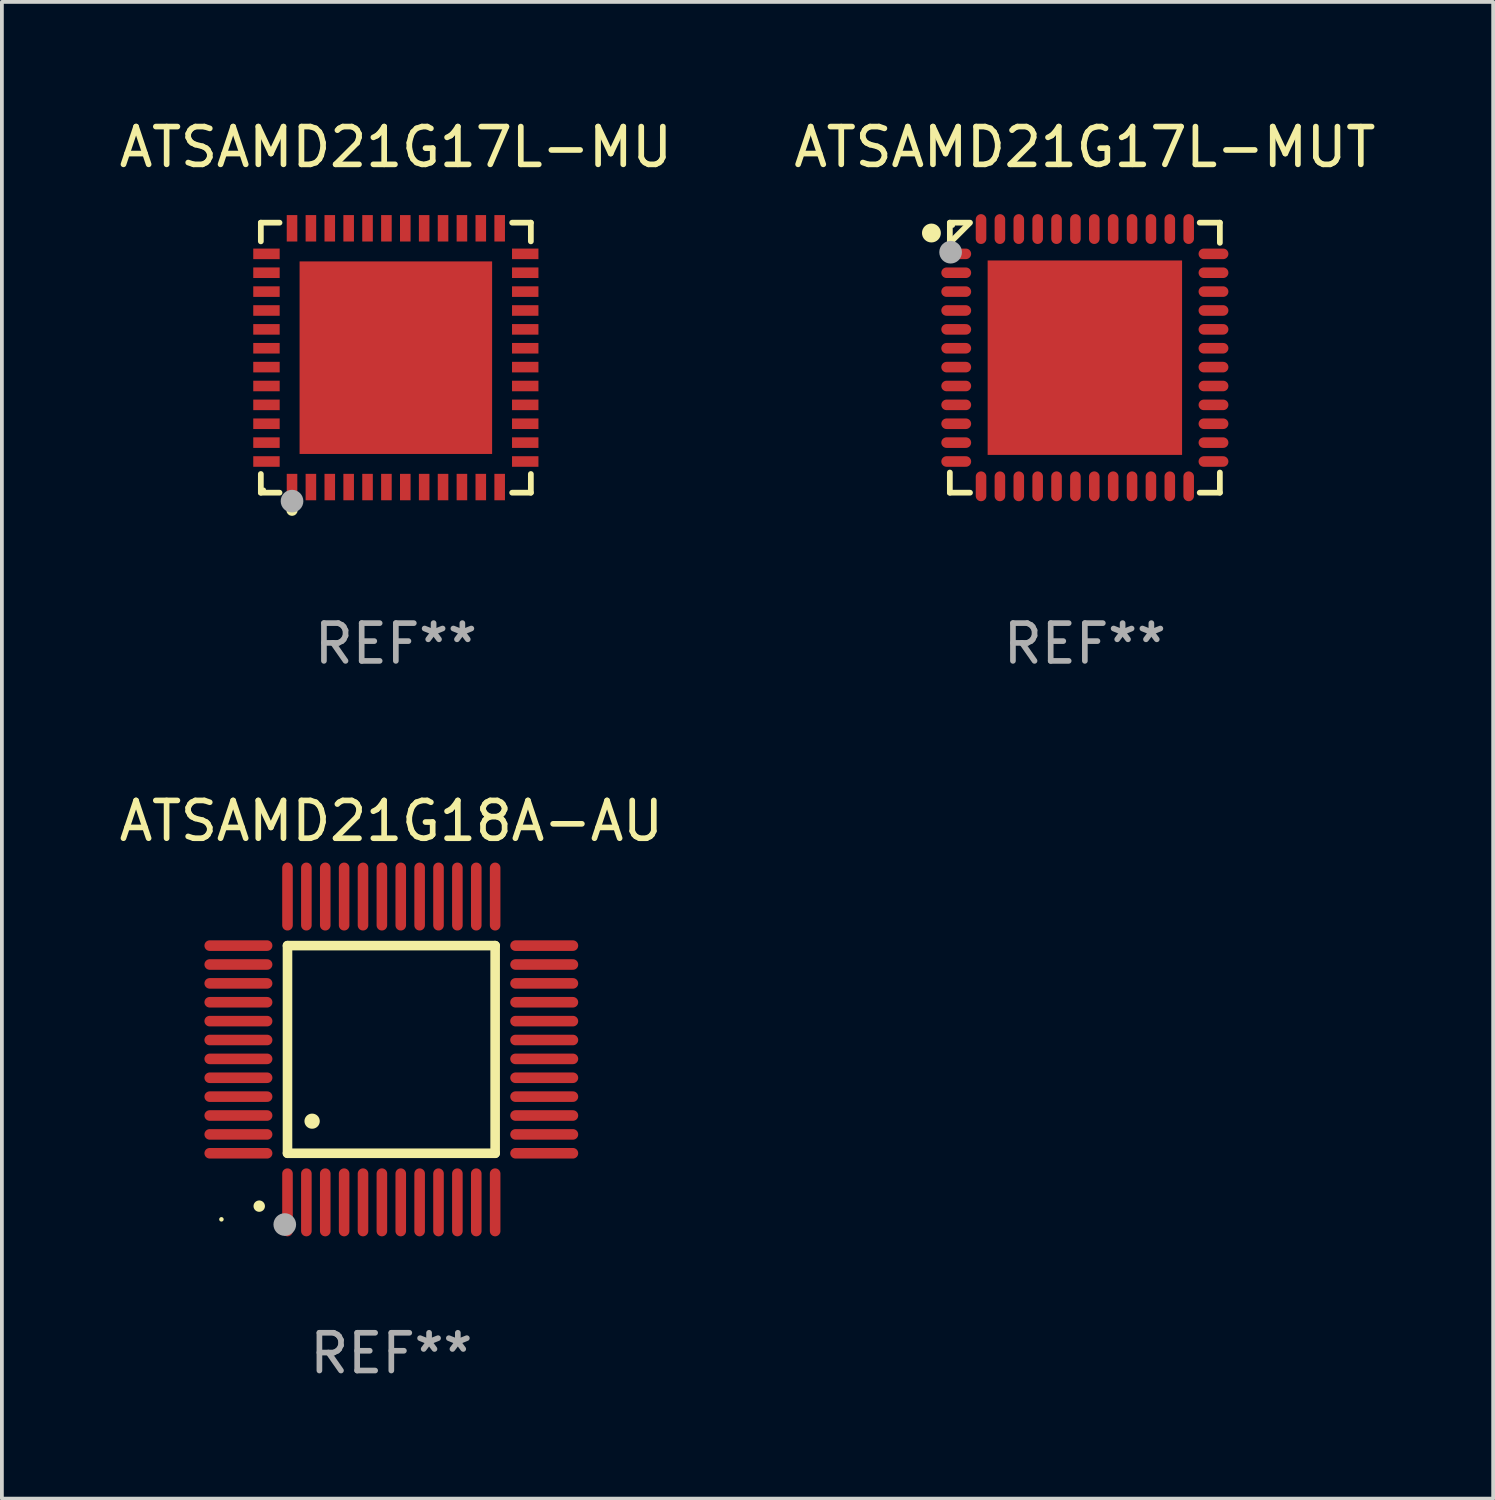
<source format=kicad_pcb>
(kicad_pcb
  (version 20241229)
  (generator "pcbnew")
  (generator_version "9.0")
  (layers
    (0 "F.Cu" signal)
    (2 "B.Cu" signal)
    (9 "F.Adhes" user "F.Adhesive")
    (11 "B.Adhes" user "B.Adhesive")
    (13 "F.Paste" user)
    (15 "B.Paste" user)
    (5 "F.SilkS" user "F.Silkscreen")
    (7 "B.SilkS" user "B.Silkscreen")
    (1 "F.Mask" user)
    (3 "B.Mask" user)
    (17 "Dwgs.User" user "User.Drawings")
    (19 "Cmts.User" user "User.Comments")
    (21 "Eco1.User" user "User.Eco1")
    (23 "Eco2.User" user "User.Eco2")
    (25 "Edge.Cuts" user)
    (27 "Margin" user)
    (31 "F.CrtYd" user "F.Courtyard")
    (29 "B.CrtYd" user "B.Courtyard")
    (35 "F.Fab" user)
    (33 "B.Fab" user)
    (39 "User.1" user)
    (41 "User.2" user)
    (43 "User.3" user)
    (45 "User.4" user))
  (footprint "ATSAMD21G17L-MUT"
    (layer "F.Cu")
    (at 25.685 6.424)
    (property "Reference" "ATSAMD21G17L-MUT" (at 0 -5.576 0) (layer "F.SilkS") (effects (font (size 1 1) (thickness 0.15))))
    (attr through_hole)
    (fp_line (start -3.576 -3.576) (end -3.042 -3.576) (stroke (width 0.152) (type solid)) (layer "F.SilkS"))
    (fp_line (start -3.576 -3.042) (end -3.576 -3.576) (stroke (width 0.152) (type solid)) (layer "F.SilkS"))
    (fp_line (start -3.576 3.042) (end -3.576 3.576) (stroke (width 0.152) (type solid)) (layer "F.SilkS"))
    (fp_line (start -3.576 3.576) (end -3.042 3.576) (stroke (width 0.152) (type solid)) (layer "F.SilkS"))
    (fp_line (start -3.069 -3.549) (end -3.549 -3.069) (stroke (width 0.152) (type solid)) (layer "F.SilkS"))
    (fp_line (start 3.576 -3.576) (end 3.042 -3.576) (stroke (width 0.152) (type solid)) (layer "F.SilkS"))
    (fp_line (start 3.576 -3.042) (end 3.576 -3.576) (stroke (width 0.152) (type solid)) (layer "F.SilkS"))
    (fp_line (start 3.576 3.042) (end 3.576 3.576) (stroke (width 0.152) (type solid)) (layer "F.SilkS"))
    (fp_line (start 3.576 3.576) (end 3.042 3.576) (stroke (width 0.152) (type solid)) (layer "F.SilkS"))
    (fp_circle (center -4.064 -3.302) (end -3.939 -3.302) (stroke (width 0.25) (type solid)) (fill no) (layer "F.SilkS"))
    (fp_circle (center -3.5 -3.5) (end -3.47 -3.5) (stroke (width 0.06) (type solid)) (fill no) (layer "F.SilkS"))
    (fp_circle (center -3.556 -2.794) (end -3.406 -2.794) (stroke (width 0.3) (type solid)) (fill no) (layer "F.Fab"))
    (fp_text user "REF**" (at 0 7.576 0) (layer "F.Fab") (effects (font (size 1 1) (thickness 0.15))))
    (pad "1" smd oval (at -3.407 -2.75) (size 0.79 0.28) (layers "F.Cu" "F.Mask" "F.Paste"))
    (pad "2" smd oval (at -3.407 -2.25) (size 0.79 0.28) (layers "F.Cu" "F.Mask" "F.Paste"))
    (pad "3" smd oval (at -3.407 -1.75) (size 0.79 0.28) (layers "F.Cu" "F.Mask" "F.Paste"))
    (pad "4" smd oval (at -3.407 -1.25) (size 0.79 0.28) (layers "F.Cu" "F.Mask" "F.Paste"))
    (pad "5" smd oval (at -3.407 -0.75) (size 0.79 0.28) (layers "F.Cu" "F.Mask" "F.Paste"))
    (pad "6" smd oval (at -3.407 -0.25) (size 0.79 0.28) (layers "F.Cu" "F.Mask" "F.Paste"))
    (pad "7" smd oval (at -3.407 0.25) (size 0.79 0.28) (layers "F.Cu" "F.Mask" "F.Paste"))
    (pad "8" smd oval (at -3.407 0.75) (size 0.79 0.28) (layers "F.Cu" "F.Mask" "F.Paste"))
    (pad "9" smd oval (at -3.407 1.25) (size 0.79 0.28) (layers "F.Cu" "F.Mask" "F.Paste"))
    (pad "10" smd oval (at -3.407 1.75) (size 0.79 0.28) (layers "F.Cu" "F.Mask" "F.Paste"))
    (pad "11" smd oval (at -3.407 2.25) (size 0.79 0.28) (layers "F.Cu" "F.Mask" "F.Paste"))
    (pad "12" smd oval (at -3.407 2.75) (size 0.79 0.28) (layers "F.Cu" "F.Mask" "F.Paste"))
    (pad "13" smd oval (at -2.75 3.407) (size 0.28 0.79) (layers "F.Cu" "F.Mask" "F.Paste"))
    (pad "14" smd oval (at -2.25 3.407) (size 0.28 0.79) (layers "F.Cu" "F.Mask" "F.Paste"))
    (pad "15" smd oval (at -1.75 3.407) (size 0.28 0.79) (layers "F.Cu" "F.Mask" "F.Paste"))
    (pad "16" smd oval (at -1.25 3.407) (size 0.28 0.79) (layers "F.Cu" "F.Mask" "F.Paste"))
    (pad "17" smd oval (at -0.75 3.407) (size 0.28 0.79) (layers "F.Cu" "F.Mask" "F.Paste"))
    (pad "18" smd oval (at -0.25 3.407) (size 0.28 0.79) (layers "F.Cu" "F.Mask" "F.Paste"))
    (pad "19" smd oval (at 0.25 3.407) (size 0.28 0.79) (layers "F.Cu" "F.Mask" "F.Paste"))
    (pad "20" smd oval (at 0.75 3.407) (size 0.28 0.79) (layers "F.Cu" "F.Mask" "F.Paste"))
    (pad "21" smd oval (at 1.25 3.407) (size 0.28 0.79) (layers "F.Cu" "F.Mask" "F.Paste"))
    (pad "22" smd oval (at 1.75 3.407) (size 0.28 0.79) (layers "F.Cu" "F.Mask" "F.Paste"))
    (pad "23" smd oval (at 2.25 3.407) (size 0.28 0.79) (layers "F.Cu" "F.Mask" "F.Paste"))
    (pad "24" smd oval (at 2.75 3.407) (size 0.28 0.79) (layers "F.Cu" "F.Mask" "F.Paste"))
    (pad "25" smd oval (at 3.407 2.75) (size 0.79 0.28) (layers "F.Cu" "F.Mask" "F.Paste"))
    (pad "26" smd oval (at 3.407 2.25) (size 0.79 0.28) (layers "F.Cu" "F.Mask" "F.Paste"))
    (pad "27" smd oval (at 3.407 1.75) (size 0.79 0.28) (layers "F.Cu" "F.Mask" "F.Paste"))
    (pad "28" smd oval (at 3.407 1.25) (size 0.79 0.28) (layers "F.Cu" "F.Mask" "F.Paste"))
    (pad "29" smd oval (at 3.407 0.75) (size 0.79 0.28) (layers "F.Cu" "F.Mask" "F.Paste"))
    (pad "30" smd oval (at 3.407 0.25) (size 0.79 0.28) (layers "F.Cu" "F.Mask" "F.Paste"))
    (pad "31" smd oval (at 3.407 -0.25) (size 0.79 0.28) (layers "F.Cu" "F.Mask" "F.Paste"))
    (pad "32" smd oval (at 3.407 -0.75) (size 0.79 0.28) (layers "F.Cu" "F.Mask" "F.Paste"))
    (pad "33" smd oval (at 3.407 -1.25) (size 0.79 0.28) (layers "F.Cu" "F.Mask" "F.Paste"))
    (pad "34" smd oval (at 3.407 -1.75) (size 0.79 0.28) (layers "F.Cu" "F.Mask" "F.Paste"))
    (pad "35" smd oval (at 3.407 -2.25) (size 0.79 0.28) (layers "F.Cu" "F.Mask" "F.Paste"))
    (pad "36" smd oval (at 3.407 -2.75) (size 0.79 0.28) (layers "F.Cu" "F.Mask" "F.Paste"))
    (pad "37" smd oval (at 2.75 -3.407) (size 0.28 0.79) (layers "F.Cu" "F.Mask" "F.Paste"))
    (pad "38" smd oval (at 2.25 -3.407) (size 0.28 0.79) (layers "F.Cu" "F.Mask" "F.Paste"))
    (pad "39" smd oval (at 1.75 -3.407) (size 0.28 0.79) (layers "F.Cu" "F.Mask" "F.Paste"))
    (pad "40" smd oval (at 1.25 -3.407) (size 0.28 0.79) (layers "F.Cu" "F.Mask" "F.Paste"))
    (pad "41" smd oval (at 0.75 -3.407) (size 0.28 0.79) (layers "F.Cu" "F.Mask" "F.Paste"))
    (pad "42" smd oval (at 0.25 -3.407) (size 0.28 0.79) (layers "F.Cu" "F.Mask" "F.Paste"))
    (pad "43" smd oval (at -0.25 -3.407) (size 0.28 0.79) (layers "F.Cu" "F.Mask" "F.Paste"))
    (pad "44" smd oval (at -0.75 -3.407) (size 0.28 0.79) (layers "F.Cu" "F.Mask" "F.Paste"))
    (pad "45" smd oval (at -1.25 -3.407) (size 0.28 0.79) (layers "F.Cu" "F.Mask" "F.Paste"))
    (pad "46" smd oval (at -1.75 -3.407) (size 0.28 0.79) (layers "F.Cu" "F.Mask" "F.Paste"))
    (pad "47" smd oval (at -2.25 -3.407) (size 0.28 0.79) (layers "F.Cu" "F.Mask" "F.Paste"))
    (pad "48" smd oval (at -2.75 -3.407) (size 0.28 0.79) (layers "F.Cu" "F.Mask" "F.Paste"))
    (pad "49" smd rect (at 0 0) (size 5.15 5.15) (layers "F.Cu" "F.Mask" "F.Paste")))
  (footprint "ATSAMD21G18A-AU"
    (layer "F.Cu")
    (at 7.315 24.747)
    (property "Reference" "ATSAMD21G18A-AU" (at 0 -6.05 0) (layer "F.SilkS") (effects (font (size 1 1) (thickness 0.15))))
    (attr through_hole)
    (fp_line (start -2.75 -2.75) (end 2.75 -2.75) (stroke (width 0.254) (type solid)) (layer "F.SilkS"))
    (fp_line (start -2.75 2.75) (end -2.75 -2.75) (stroke (width 0.254) (type solid)) (layer "F.SilkS"))
    (fp_line (start 2.75 -2.75) (end 2.75 2.75) (stroke (width 0.254) (type solid)) (layer "F.SilkS"))
    (fp_line (start 2.75 2.75) (end -2.75 2.75) (stroke (width 0.254) (type solid)) (layer "F.SilkS"))
    (fp_arc (start -3.500127 4.150368) (mid -3.498857 4.150363) (end -3.497587 4.150368) (stroke (width 0.3) (type solid)) (layer "F.SilkS"))
    (fp_arc (start -2.100584 1.899924) (mid -2.098044 1.899908) (end -2.095504 1.899924) (stroke (width 0.4) (type solid)) (layer "F.SilkS"))
    (fp_circle (center -4.5 4.5) (end -4.47 4.5) (stroke (width 0.06) (type solid)) (fill no) (layer "F.SilkS"))
    (fp_circle (center -2.822 4.638) (end -2.672 4.638) (stroke (width 0.3) (type solid)) (fill no) (layer "F.Fab"))
    (fp_text user "REF**" (at 0 8.05 0) (layer "F.Fab") (effects (font (size 1 1) (thickness 0.15))))
    (pad "1" smd oval (at -2.75 4.05) (size 0.28 1.8) (layers "F.Cu" "F.Mask" "F.Paste"))
    (pad "2" smd oval (at -2.25 4.05) (size 0.28 1.8) (layers "F.Cu" "F.Mask" "F.Paste"))
    (pad "3" smd oval (at -1.75 4.05) (size 0.28 1.8) (layers "F.Cu" "F.Mask" "F.Paste"))
    (pad "4" smd oval (at -1.25 4.05) (size 0.28 1.8) (layers "F.Cu" "F.Mask" "F.Paste"))
    (pad "5" smd oval (at -0.75 4.05) (size 0.28 1.8) (layers "F.Cu" "F.Mask" "F.Paste"))
    (pad "6" smd oval (at -0.25 4.05) (size 0.28 1.8) (layers "F.Cu" "F.Mask" "F.Paste"))
    (pad "7" smd oval (at 0.25 4.05) (size 0.28 1.8) (layers "F.Cu" "F.Mask" "F.Paste"))
    (pad "8" smd oval (at 0.75 4.05) (size 0.28 1.8) (layers "F.Cu" "F.Mask" "F.Paste"))
    (pad "9" smd oval (at 1.25 4.05) (size 0.28 1.8) (layers "F.Cu" "F.Mask" "F.Paste"))
    (pad "10" smd oval (at 1.75 4.05) (size 0.28 1.8) (layers "F.Cu" "F.Mask" "F.Paste"))
    (pad "11" smd oval (at 2.25 4.05) (size 0.28 1.8) (layers "F.Cu" "F.Mask" "F.Paste"))
    (pad "12" smd oval (at 2.75 4.05) (size 0.28 1.8) (layers "F.Cu" "F.Mask" "F.Paste"))
    (pad "13" smd oval (at 4.05 2.75) (size 1.8 0.28) (layers "F.Cu" "F.Mask" "F.Paste"))
    (pad "14" smd oval (at 4.05 2.25) (size 1.8 0.28) (layers "F.Cu" "F.Mask" "F.Paste"))
    (pad "15" smd oval (at 4.05 1.75) (size 1.8 0.28) (layers "F.Cu" "F.Mask" "F.Paste"))
    (pad "16" smd oval (at 4.05 1.25) (size 1.8 0.28) (layers "F.Cu" "F.Mask" "F.Paste"))
    (pad "17" smd oval (at 4.05 0.75) (size 1.8 0.28) (layers "F.Cu" "F.Mask" "F.Paste"))
    (pad "18" smd oval (at 4.05 0.25) (size 1.8 0.28) (layers "F.Cu" "F.Mask" "F.Paste"))
    (pad "19" smd oval (at 4.05 -0.25) (size 1.8 0.28) (layers "F.Cu" "F.Mask" "F.Paste"))
    (pad "20" smd oval (at 4.05 -0.75) (size 1.8 0.28) (layers "F.Cu" "F.Mask" "F.Paste"))
    (pad "21" smd oval (at 4.05 -1.25) (size 1.8 0.28) (layers "F.Cu" "F.Mask" "F.Paste"))
    (pad "22" smd oval (at 4.05 -1.75) (size 1.8 0.28) (layers "F.Cu" "F.Mask" "F.Paste"))
    (pad "23" smd oval (at 4.05 -2.25) (size 1.8 0.28) (layers "F.Cu" "F.Mask" "F.Paste"))
    (pad "24" smd oval (at 4.05 -2.75) (size 1.8 0.28) (layers "F.Cu" "F.Mask" "F.Paste"))
    (pad "25" smd oval (at 2.75 -4.05) (size 0.28 1.8) (layers "F.Cu" "F.Mask" "F.Paste"))
    (pad "26" smd oval (at 2.25 -4.05) (size 0.28 1.8) (layers "F.Cu" "F.Mask" "F.Paste"))
    (pad "27" smd oval (at 1.75 -4.05) (size 0.28 1.8) (layers "F.Cu" "F.Mask" "F.Paste"))
    (pad "28" smd oval (at 1.25 -4.05) (size 0.28 1.8) (layers "F.Cu" "F.Mask" "F.Paste"))
    (pad "29" smd oval (at 0.75 -4.05) (size 0.28 1.8) (layers "F.Cu" "F.Mask" "F.Paste"))
    (pad "30" smd oval (at 0.25 -4.05) (size 0.28 1.8) (layers "F.Cu" "F.Mask" "F.Paste"))
    (pad "31" smd oval (at -0.25 -4.05) (size 0.28 1.8) (layers "F.Cu" "F.Mask" "F.Paste"))
    (pad "32" smd oval (at -0.75 -4.05) (size 0.28 1.8) (layers "F.Cu" "F.Mask" "F.Paste"))
    (pad "33" smd oval (at -1.25 -4.05) (size 0.28 1.8) (layers "F.Cu" "F.Mask" "F.Paste"))
    (pad "34" smd oval (at -1.75 -4.05) (size 0.28 1.8) (layers "F.Cu" "F.Mask" "F.Paste"))
    (pad "35" smd oval (at -2.25 -4.05) (size 0.28 1.8) (layers "F.Cu" "F.Mask" "F.Paste"))
    (pad "36" smd oval (at -2.75 -4.05) (size 0.28 1.8) (layers "F.Cu" "F.Mask" "F.Paste"))
    (pad "37" smd oval (at -4.05 -2.75) (size 1.8 0.28) (layers "F.Cu" "F.Mask" "F.Paste"))
    (pad "38" smd oval (at -4.05 -2.25) (size 1.8 0.28) (layers "F.Cu" "F.Mask" "F.Paste"))
    (pad "39" smd oval (at -4.05 -1.75) (size 1.8 0.28) (layers "F.Cu" "F.Mask" "F.Paste"))
    (pad "40" smd oval (at -4.05 -1.25) (size 1.8 0.28) (layers "F.Cu" "F.Mask" "F.Paste"))
    (pad "41" smd oval (at -4.05 -0.75) (size 1.8 0.28) (layers "F.Cu" "F.Mask" "F.Paste"))
    (pad "42" smd oval (at -4.05 -0.25) (size 1.8 0.28) (layers "F.Cu" "F.Mask" "F.Paste"))
    (pad "43" smd oval (at -4.05 0.25) (size 1.8 0.28) (layers "F.Cu" "F.Mask" "F.Paste"))
    (pad "44" smd oval (at -4.05 0.75) (size 1.8 0.28) (layers "F.Cu" "F.Mask" "F.Paste"))
    (pad "45" smd oval (at -4.05 1.25) (size 1.8 0.28) (layers "F.Cu" "F.Mask" "F.Paste"))
    (pad "46" smd oval (at -4.05 1.75) (size 1.8 0.28) (layers "F.Cu" "F.Mask" "F.Paste"))
    (pad "47" smd oval (at -4.05 2.25) (size 1.8 0.28) (layers "F.Cu" "F.Mask" "F.Paste"))
    (pad "48" smd oval (at -4.05 2.75) (size 1.8 0.28) (layers "F.Cu" "F.Mask" "F.Paste")))
  (footprint "ATSAMD21G17L-MU"
    (layer "F.Cu")
    (at 7.435 6.424)
    (property "Reference" "ATSAMD21G17L-MU" (at 0 -5.576 0) (layer "F.SilkS") (effects (font (size 1 1) (thickness 0.15))))
    (attr through_hole)
    (fp_line (start -3.576 -3.576) (end -3.081 -3.576) (stroke (width 0.152) (type solid)) (layer "F.SilkS"))
    (fp_line (start -3.576 -3.081) (end -3.576 -3.576) (stroke (width 0.152) (type solid)) (layer "F.SilkS"))
    (fp_line (start -3.576 3.081) (end -3.576 3.576) (stroke (width 0.152) (type solid)) (layer "F.SilkS"))
    (fp_line (start -3.576 3.576) (end -3.081 3.576) (stroke (width 0.152) (type solid)) (layer "F.SilkS"))
    (fp_line (start 3.576 -3.576) (end 3.081 -3.576) (stroke (width 0.152) (type solid)) (layer "F.SilkS"))
    (fp_line (start 3.576 -3.081) (end 3.576 -3.576) (stroke (width 0.152) (type solid)) (layer "F.SilkS"))
    (fp_line (start 3.576 3.081) (end 3.576 3.576) (stroke (width 0.152) (type solid)) (layer "F.SilkS"))
    (fp_line (start 3.576 3.576) (end 3.081 3.576) (stroke (width 0.152) (type solid)) (layer "F.SilkS"))
    (fp_circle (center -3.5 3.5) (end -3.47 3.5) (stroke (width 0.06) (type solid)) (fill no) (layer "F.SilkS"))
    (fp_circle (center -2.75 4.04) (end -2.675 4.04) (stroke (width 0.15) (type solid)) (fill no) (layer "F.SilkS"))
    (fp_circle (center -2.75 3.8) (end -2.6 3.8) (stroke (width 0.3) (type solid)) (fill no) (layer "F.Fab"))
    (fp_text user "REF**" (at 0 7.576 0) (layer "F.Fab") (effects (font (size 1 1) (thickness 0.15))))
    (pad "1" smd rect (at -2.75 3.427) (size 0.28 0.7) (layers "F.Cu" "F.Mask" "F.Paste"))
    (pad "2" smd rect (at -2.25 3.427) (size 0.28 0.7) (layers "F.Cu" "F.Mask" "F.Paste"))
    (pad "3" smd rect (at -1.75 3.427) (size 0.28 0.7) (layers "F.Cu" "F.Mask" "F.Paste"))
    (pad "4" smd rect (at -1.25 3.427) (size 0.28 0.7) (layers "F.Cu" "F.Mask" "F.Paste"))
    (pad "5" smd rect (at -0.75 3.427) (size 0.28 0.7) (layers "F.Cu" "F.Mask" "F.Paste"))
    (pad "6" smd rect (at -0.25 3.427) (size 0.28 0.7) (layers "F.Cu" "F.Mask" "F.Paste"))
    (pad "7" smd rect (at 0.25 3.427) (size 0.28 0.7) (layers "F.Cu" "F.Mask" "F.Paste"))
    (pad "8" smd rect (at 0.75 3.427) (size 0.28 0.7) (layers "F.Cu" "F.Mask" "F.Paste"))
    (pad "9" smd rect (at 1.25 3.427) (size 0.28 0.7) (layers "F.Cu" "F.Mask" "F.Paste"))
    (pad "10" smd rect (at 1.75 3.427) (size 0.28 0.7) (layers "F.Cu" "F.Mask" "F.Paste"))
    (pad "11" smd rect (at 2.25 3.427) (size 0.28 0.7) (layers "F.Cu" "F.Mask" "F.Paste"))
    (pad "12" smd rect (at 2.75 3.427) (size 0.28 0.7) (layers "F.Cu" "F.Mask" "F.Paste"))
    (pad "13" smd rect (at 3.427 2.75) (size 0.7 0.28) (layers "F.Cu" "F.Mask" "F.Paste"))
    (pad "14" smd rect (at 3.427 2.25) (size 0.7 0.28) (layers "F.Cu" "F.Mask" "F.Paste"))
    (pad "15" smd rect (at 3.427 1.75) (size 0.7 0.28) (layers "F.Cu" "F.Mask" "F.Paste"))
    (pad "16" smd rect (at 3.427 1.25) (size 0.7 0.28) (layers "F.Cu" "F.Mask" "F.Paste"))
    (pad "17" smd rect (at 3.427 0.75) (size 0.7 0.28) (layers "F.Cu" "F.Mask" "F.Paste"))
    (pad "18" smd rect (at 3.427 0.25) (size 0.7 0.28) (layers "F.Cu" "F.Mask" "F.Paste"))
    (pad "19" smd rect (at 3.427 -0.25) (size 0.7 0.28) (layers "F.Cu" "F.Mask" "F.Paste"))
    (pad "20" smd rect (at 3.427 -0.75) (size 0.7 0.28) (layers "F.Cu" "F.Mask" "F.Paste"))
    (pad "21" smd rect (at 3.427 -1.25) (size 0.7 0.28) (layers "F.Cu" "F.Mask" "F.Paste"))
    (pad "22" smd rect (at 3.427 -1.75) (size 0.7 0.28) (layers "F.Cu" "F.Mask" "F.Paste"))
    (pad "23" smd rect (at 3.427 -2.25) (size 0.7 0.28) (layers "F.Cu" "F.Mask" "F.Paste"))
    (pad "24" smd rect (at 3.427 -2.75) (size 0.7 0.28) (layers "F.Cu" "F.Mask" "F.Paste"))
    (pad "25" smd rect (at 2.75 -3.427) (size 0.28 0.7) (layers "F.Cu" "F.Mask" "F.Paste"))
    (pad "26" smd rect (at 2.25 -3.427) (size 0.28 0.7) (layers "F.Cu" "F.Mask" "F.Paste"))
    (pad "27" smd rect (at 1.75 -3.427) (size 0.28 0.7) (layers "F.Cu" "F.Mask" "F.Paste"))
    (pad "28" smd rect (at 1.25 -3.427) (size 0.28 0.7) (layers "F.Cu" "F.Mask" "F.Paste"))
    (pad "29" smd rect (at 0.75 -3.427) (size 0.28 0.7) (layers "F.Cu" "F.Mask" "F.Paste"))
    (pad "30" smd rect (at 0.25 -3.427) (size 0.28 0.7) (layers "F.Cu" "F.Mask" "F.Paste"))
    (pad "31" smd rect (at -0.25 -3.427) (size 0.28 0.7) (layers "F.Cu" "F.Mask" "F.Paste"))
    (pad "32" smd rect (at -0.75 -3.427) (size 0.28 0.7) (layers "F.Cu" "F.Mask" "F.Paste"))
    (pad "33" smd rect (at -1.25 -3.427) (size 0.28 0.7) (layers "F.Cu" "F.Mask" "F.Paste"))
    (pad "34" smd rect (at -1.75 -3.427) (size 0.28 0.7) (layers "F.Cu" "F.Mask" "F.Paste"))
    (pad "35" smd rect (at -2.25 -3.427) (size 0.28 0.7) (layers "F.Cu" "F.Mask" "F.Paste"))
    (pad "36" smd rect (at -2.75 -3.427) (size 0.28 0.7) (layers "F.Cu" "F.Mask" "F.Paste"))
    (pad "37" smd rect (at -3.427 -2.75) (size 0.7 0.28) (layers "F.Cu" "F.Mask" "F.Paste"))
    (pad "38" smd rect (at -3.427 -2.25) (size 0.7 0.28) (layers "F.Cu" "F.Mask" "F.Paste"))
    (pad "39" smd rect (at -3.427 -1.75) (size 0.7 0.28) (layers "F.Cu" "F.Mask" "F.Paste"))
    (pad "40" smd rect (at -3.427 -1.25) (size 0.7 0.28) (layers "F.Cu" "F.Mask" "F.Paste"))
    (pad "41" smd rect (at -3.427 -0.75) (size 0.7 0.28) (layers "F.Cu" "F.Mask" "F.Paste"))
    (pad "42" smd rect (at -3.427 -0.25) (size 0.7 0.28) (layers "F.Cu" "F.Mask" "F.Paste"))
    (pad "43" smd rect (at -3.427 0.25) (size 0.7 0.28) (layers "F.Cu" "F.Mask" "F.Paste"))
    (pad "44" smd rect (at -3.427 0.75) (size 0.7 0.28) (layers "F.Cu" "F.Mask" "F.Paste"))
    (pad "45" smd rect (at -3.427 1.25) (size 0.7 0.28) (layers "F.Cu" "F.Mask" "F.Paste"))
    (pad "46" smd rect (at -3.427 1.75) (size 0.7 0.28) (layers "F.Cu" "F.Mask" "F.Paste"))
    (pad "47" smd rect (at -3.427 2.25) (size 0.7 0.28) (layers "F.Cu" "F.Mask" "F.Paste"))
    (pad "48" smd rect (at -3.427 2.75) (size 0.7 0.28) (layers "F.Cu" "F.Mask" "F.Paste"))
    (pad "49" smd rect (at 0 0) (size 5.1 5.1) (layers "F.Cu" "F.Mask" "F.Paste")))
  (gr_rect
    (start -3 -3)
    (end 36.5 36.645)
    (stroke (width 0.1) (type default))
    (fill no)
    (layer "Edge.Cuts")))
</source>
